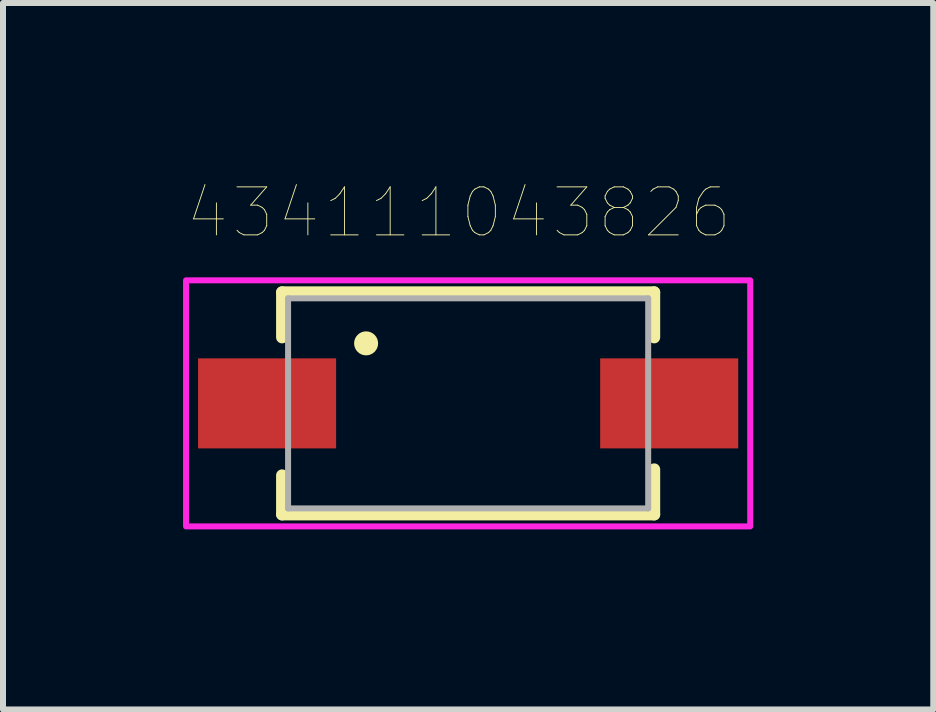
<source format=kicad_pcb>
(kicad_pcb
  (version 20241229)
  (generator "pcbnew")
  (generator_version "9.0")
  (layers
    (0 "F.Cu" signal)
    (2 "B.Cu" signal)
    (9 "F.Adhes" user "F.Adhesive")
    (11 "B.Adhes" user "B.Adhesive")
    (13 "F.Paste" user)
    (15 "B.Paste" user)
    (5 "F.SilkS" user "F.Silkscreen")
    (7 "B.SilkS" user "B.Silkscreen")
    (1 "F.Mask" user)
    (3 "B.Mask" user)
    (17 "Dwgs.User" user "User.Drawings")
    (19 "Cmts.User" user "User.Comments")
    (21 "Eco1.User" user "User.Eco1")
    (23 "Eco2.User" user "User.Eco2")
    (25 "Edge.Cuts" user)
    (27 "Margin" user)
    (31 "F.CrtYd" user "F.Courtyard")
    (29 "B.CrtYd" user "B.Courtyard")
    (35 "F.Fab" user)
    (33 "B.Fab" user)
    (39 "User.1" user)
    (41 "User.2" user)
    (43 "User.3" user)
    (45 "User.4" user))
  (footprint "434111043826"
    (layer "F.Cu")
    (at 4.75 3.671)
    (property "Reference" "434111043826" (at -0.156 -3.177 0) (layer "F.SilkS") (effects (font (size 0.8 0.8) (thickness 0.015))))
    (attr through_hole)
    (fp_line (start -3.1 -1.85) (end 3.1 -1.85) (stroke (width 0.2) (type solid)) (layer "F.SilkS"))
    (fp_line (start -3.1 -1.1) (end -3.1 -1.85) (stroke (width 0.2) (type solid)) (layer "F.SilkS"))
    (fp_line (start -3.1 1.2) (end -3.1 1.85) (stroke (width 0.2) (type solid)) (layer "F.SilkS"))
    (fp_line (start -3.1 1.85) (end 3.1 1.85) (stroke (width 0.2) (type solid)) (layer "F.SilkS"))
    (fp_line (start 3.1 -1.85) (end 3.1 -1.1) (stroke (width 0.2) (type solid)) (layer "F.SilkS"))
    (fp_line (start 3.1 1.85) (end 3.1 1.1) (stroke (width 0.2) (type solid)) (layer "F.SilkS"))
    (fp_circle (center -1.7 -1) (end -1.6 -1) (stroke (width 0.2) (type solid)) (fill no) (layer "F.SilkS"))
    (fp_poly (pts (xy -4.7 -2.05) (xy 4.7 -2.05) (xy 4.7 2.05) (xy -4.7 2.05)) (stroke (width 0.1) (type solid)) (fill no) (layer "F.CrtYd"))
    (fp_line (start -3 -1.75) (end -3 1.75) (stroke (width 0.1) (type solid)) (layer "F.Fab"))
    (fp_line (start -3 1.75) (end 3 1.75) (stroke (width 0.1) (type solid)) (layer "F.Fab"))
    (fp_line (start 3 -1.75) (end -3 -1.75) (stroke (width 0.1) (type solid)) (layer "F.Fab"))
    (fp_line (start 3 1.75) (end 3 -1.75) (stroke (width 0.1) (type solid)) (layer "F.Fab"))
    (pad "1" smd rect (at -3.35 0) (size 2.3 1.5) (layers "F.Cu" "F.Mask" "F.Paste"))
    (pad "2" smd rect (at 3.35 0) (size 2.3 1.5) (layers "F.Cu" "F.Mask" "F.Paste")))
  (gr_rect
    (start -3 -3)
    (end 12.5 8.771)
    (stroke (width 0.1) (type default))
    (fill no)
    (layer "Edge.Cuts")))
</source>
